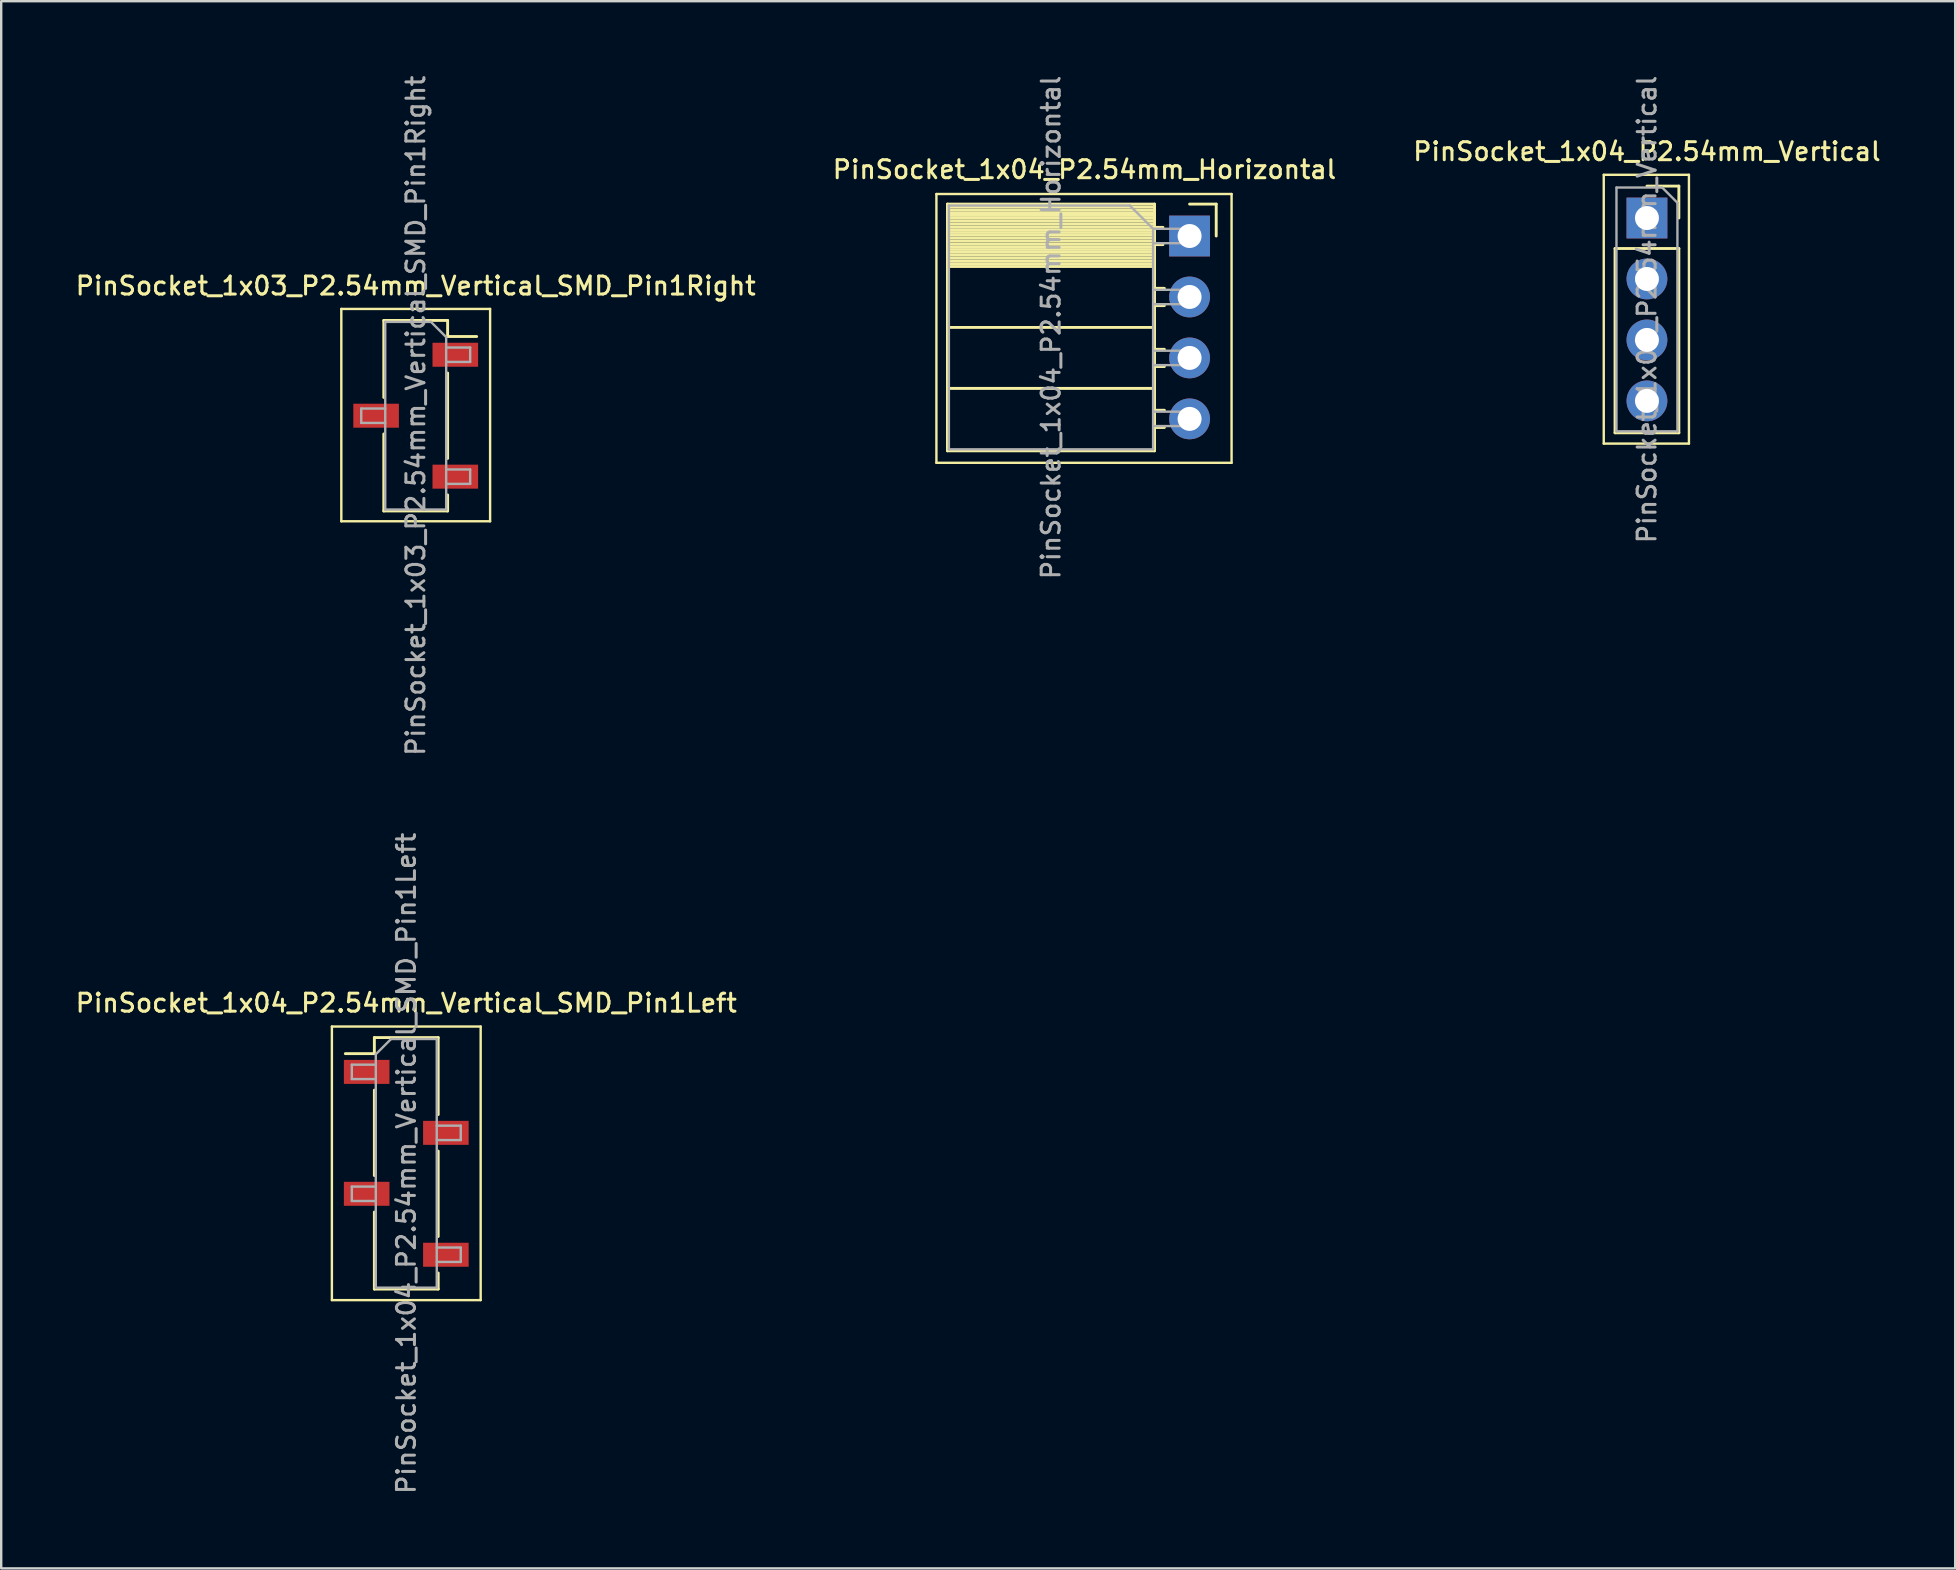
<source format=kicad_pcb>
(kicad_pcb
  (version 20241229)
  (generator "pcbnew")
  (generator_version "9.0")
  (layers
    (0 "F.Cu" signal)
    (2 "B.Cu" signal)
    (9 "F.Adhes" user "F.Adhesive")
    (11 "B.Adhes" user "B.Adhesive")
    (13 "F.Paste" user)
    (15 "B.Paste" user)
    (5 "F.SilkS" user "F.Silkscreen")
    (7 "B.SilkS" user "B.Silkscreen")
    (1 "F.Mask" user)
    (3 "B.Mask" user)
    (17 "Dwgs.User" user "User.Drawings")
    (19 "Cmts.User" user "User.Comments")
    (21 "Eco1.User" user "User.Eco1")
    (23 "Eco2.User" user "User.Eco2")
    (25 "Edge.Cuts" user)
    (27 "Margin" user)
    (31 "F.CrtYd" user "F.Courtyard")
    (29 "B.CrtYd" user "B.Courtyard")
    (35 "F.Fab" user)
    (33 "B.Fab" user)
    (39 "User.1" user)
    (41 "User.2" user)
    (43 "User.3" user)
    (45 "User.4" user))
  (footprint "PinSocket_1x04_P2.54mm_Horizontal"
    (layer "F.Cu")
    (at 46.521 6.785)
    (property "Reference" "PinSocket_1x04_P2.54mm_Horizontal" (at -4.38 -2.77 0) (layer "F.SilkS") (effects (font (size 0.75 0.75) (thickness 0.125))))
    (attr through_hole)
    (fp_line (start -10.55 -1.75) (end -10.55 9.45) (stroke (width 0.1) (type solid)) (layer "F.SilkS"))
    (fp_line (start -10.55 9.45) (end 1.75 9.45) (stroke (width 0.1) (type solid)) (layer "F.SilkS"))
    (fp_line (start -10.09 -1.33) (end -10.09 8.95) (stroke (width 0.12) (type solid)) (layer "F.SilkS"))
    (fp_line (start -10.09 -1.33) (end -1.46 -1.33) (stroke (width 0.12) (type solid)) (layer "F.SilkS"))
    (fp_line (start -10.09 -1.21) (end -1.46 -1.21) (stroke (width 0.12) (type solid)) (layer "F.SilkS"))
    (fp_line (start -10.09 -1.092) (end -1.46 -1.092) (stroke (width 0.12) (type solid)) (layer "F.SilkS"))
    (fp_line (start -10.09 -0.974) (end -1.46 -0.974) (stroke (width 0.12) (type solid)) (layer "F.SilkS"))
    (fp_line (start -10.09 -0.856) (end -1.46 -0.856) (stroke (width 0.12) (type solid)) (layer "F.SilkS"))
    (fp_line (start -10.09 -0.738) (end -1.46 -0.738) (stroke (width 0.12) (type solid)) (layer "F.SilkS"))
    (fp_line (start -10.09 -0.62) (end -1.46 -0.62) (stroke (width 0.12) (type solid)) (layer "F.SilkS"))
    (fp_line (start -10.09 -0.501) (end -1.46 -0.501) (stroke (width 0.12) (type solid)) (layer "F.SilkS"))
    (fp_line (start -10.09 -0.383) (end -1.46 -0.383) (stroke (width 0.12) (type solid)) (layer "F.SilkS"))
    (fp_line (start -10.09 -0.265) (end -1.46 -0.265) (stroke (width 0.12) (type solid)) (layer "F.SilkS"))
    (fp_line (start -10.09 -0.147) (end -1.46 -0.147) (stroke (width 0.12) (type solid)) (layer "F.SilkS"))
    (fp_line (start -10.09 -0.029) (end -1.46 -0.029) (stroke (width 0.12) (type solid)) (layer "F.SilkS"))
    (fp_line (start -10.09 0.089) (end -1.46 0.089) (stroke (width 0.12) (type solid)) (layer "F.SilkS"))
    (fp_line (start -10.09 0.207) (end -1.46 0.207) (stroke (width 0.12) (type solid)) (layer "F.SilkS"))
    (fp_line (start -10.09 0.325) (end -1.46 0.325) (stroke (width 0.12) (type solid)) (layer "F.SilkS"))
    (fp_line (start -10.09 0.443) (end -1.46 0.443) (stroke (width 0.12) (type solid)) (layer "F.SilkS"))
    (fp_line (start -10.09 0.561) (end -1.46 0.561) (stroke (width 0.12) (type solid)) (layer "F.SilkS"))
    (fp_line (start -10.09 0.68) (end -1.46 0.68) (stroke (width 0.12) (type solid)) (layer "F.SilkS"))
    (fp_line (start -10.09 0.798) (end -1.46 0.798) (stroke (width 0.12) (type solid)) (layer "F.SilkS"))
    (fp_line (start -10.09 0.916) (end -1.46 0.916) (stroke (width 0.12) (type solid)) (layer "F.SilkS"))
    (fp_line (start -10.09 1.034) (end -1.46 1.034) (stroke (width 0.12) (type solid)) (layer "F.SilkS"))
    (fp_line (start -10.09 1.152) (end -1.46 1.152) (stroke (width 0.12) (type solid)) (layer "F.SilkS"))
    (fp_line (start -10.09 1.27) (end -1.46 1.27) (stroke (width 0.12) (type solid)) (layer "F.SilkS"))
    (fp_line (start -10.09 3.81) (end -1.46 3.81) (stroke (width 0.12) (type solid)) (layer "F.SilkS"))
    (fp_line (start -10.09 6.35) (end -1.46 6.35) (stroke (width 0.12) (type solid)) (layer "F.SilkS"))
    (fp_line (start -10.09 8.95) (end -1.46 8.95) (stroke (width 0.12) (type solid)) (layer "F.SilkS"))
    (fp_line (start -1.46 -1.33) (end -1.46 8.95) (stroke (width 0.12) (type solid)) (layer "F.SilkS"))
    (fp_line (start -1.46 -0.36) (end -1.11 -0.36) (stroke (width 0.12) (type solid)) (layer "F.SilkS"))
    (fp_line (start -1.46 0.36) (end -1.11 0.36) (stroke (width 0.12) (type solid)) (layer "F.SilkS"))
    (fp_line (start -1.46 2.18) (end -1.05 2.18) (stroke (width 0.12) (type solid)) (layer "F.SilkS"))
    (fp_line (start -1.46 2.9) (end -1.05 2.9) (stroke (width 0.12) (type solid)) (layer "F.SilkS"))
    (fp_line (start -1.46 4.72) (end -1.05 4.72) (stroke (width 0.12) (type solid)) (layer "F.SilkS"))
    (fp_line (start -1.46 5.44) (end -1.05 5.44) (stroke (width 0.12) (type solid)) (layer "F.SilkS"))
    (fp_line (start -1.46 7.26) (end -1.05 7.26) (stroke (width 0.12) (type solid)) (layer "F.SilkS"))
    (fp_line (start -1.46 7.98) (end -1.05 7.98) (stroke (width 0.12) (type solid)) (layer "F.SilkS"))
    (fp_line (start 0 -1.33) (end 1.11 -1.33) (stroke (width 0.12) (type solid)) (layer "F.SilkS"))
    (fp_line (start 1.11 -1.33) (end 1.11 0) (stroke (width 0.12) (type solid)) (layer "F.SilkS"))
    (fp_line (start 1.75 -1.75) (end -10.55 -1.75) (stroke (width 0.1) (type solid)) (layer "F.SilkS"))
    (fp_line (start 1.75 9.45) (end 1.75 -1.75) (stroke (width 0.1) (type solid)) (layer "F.SilkS"))
    (fp_line (start -10.03 -1.27) (end -2.49 -1.27) (stroke (width 0.1) (type solid)) (layer "F.Fab"))
    (fp_line (start -10.03 8.89) (end -10.03 -1.27) (stroke (width 0.1) (type solid)) (layer "F.Fab"))
    (fp_line (start -2.49 -1.27) (end -1.52 -0.3) (stroke (width 0.1) (type solid)) (layer "F.Fab"))
    (fp_line (start -1.52 -0.3) (end -1.52 8.89) (stroke (width 0.1) (type solid)) (layer "F.Fab"))
    (fp_line (start -1.52 0.3) (end 0 0.3) (stroke (width 0.1) (type solid)) (layer "F.Fab"))
    (fp_line (start -1.52 2.84) (end 0 2.84) (stroke (width 0.1) (type solid)) (layer "F.Fab"))
    (fp_line (start -1.52 5.38) (end 0 5.38) (stroke (width 0.1) (type solid)) (layer "F.Fab"))
    (fp_line (start -1.52 7.92) (end 0 7.92) (stroke (width 0.1) (type solid)) (layer "F.Fab"))
    (fp_line (start -1.52 8.89) (end -10.03 8.89) (stroke (width 0.1) (type solid)) (layer "F.Fab"))
    (fp_line (start 0 -0.3) (end -1.52 -0.3) (stroke (width 0.1) (type solid)) (layer "F.Fab"))
    (fp_line (start 0 0.3) (end 0 -0.3) (stroke (width 0.1) (type solid)) (layer "F.Fab"))
    (fp_line (start 0 2.24) (end -1.52 2.24) (stroke (width 0.1) (type solid)) (layer "F.Fab"))
    (fp_line (start 0 2.84) (end 0 2.24) (stroke (width 0.1) (type solid)) (layer "F.Fab"))
    (fp_line (start 0 4.78) (end -1.52 4.78) (stroke (width 0.1) (type solid)) (layer "F.Fab"))
    (fp_line (start 0 5.38) (end 0 4.78) (stroke (width 0.1) (type solid)) (layer "F.Fab"))
    (fp_line (start 0 7.32) (end -1.52 7.32) (stroke (width 0.1) (type solid)) (layer "F.Fab"))
    (fp_line (start 0 7.92) (end 0 7.32) (stroke (width 0.1) (type solid)) (layer "F.Fab"))
    (fp_text user "${REFERENCE}" (at -5.775 3.81 90) (layer "F.Fab") (effects (font (size 0.75 0.75) (thickness 0.125))))
    (pad "1" thru_hole rect (at 0 0) (size 1.7 1.7) (drill 1) (layers "*.Cu" "*.Mask"))
    (pad "2" thru_hole oval (at 0 2.54) (size 1.7 1.7) (drill 1) (layers "*.Cu" "*.Mask"))
    (pad "3" thru_hole oval (at 0 5.08) (size 1.7 1.7) (drill 1) (layers "*.Cu" "*.Mask"))
    (pad "4" thru_hole oval (at 0 7.62) (size 1.7 1.7) (drill 1) (layers "*.Cu" "*.Mask")))
  (footprint "PinSocket_1x04_P2.54mm_Vertical"
    (layer "F.Cu")
    (at 65.58 6.035)
    (property "Reference" "PinSocket_1x04_P2.54mm_Vertical" (at 0 -2.77 0) (layer "F.SilkS") (effects (font (size 0.75 0.75) (thickness 0.125))))
    (attr through_hole)
    (fp_line (start -1.8 -1.8) (end 1.75 -1.8) (stroke (width 0.1) (type solid)) (layer "F.SilkS"))
    (fp_line (start -1.8 9.4) (end -1.8 -1.8) (stroke (width 0.1) (type solid)) (layer "F.SilkS"))
    (fp_line (start -1.33 1.27) (end -1.33 8.95) (stroke (width 0.12) (type solid)) (layer "F.SilkS"))
    (fp_line (start -1.33 1.27) (end 1.33 1.27) (stroke (width 0.12) (type solid)) (layer "F.SilkS"))
    (fp_line (start -1.33 8.95) (end 1.33 8.95) (stroke (width 0.12) (type solid)) (layer "F.SilkS"))
    (fp_line (start 0 -1.33) (end 1.33 -1.33) (stroke (width 0.12) (type solid)) (layer "F.SilkS"))
    (fp_line (start 1.33 -1.33) (end 1.33 0) (stroke (width 0.12) (type solid)) (layer "F.SilkS"))
    (fp_line (start 1.33 1.27) (end 1.33 8.95) (stroke (width 0.12) (type solid)) (layer "F.SilkS"))
    (fp_line (start 1.75 -1.8) (end 1.75 9.4) (stroke (width 0.1) (type solid)) (layer "F.SilkS"))
    (fp_line (start 1.75 9.4) (end -1.8 9.4) (stroke (width 0.1) (type solid)) (layer "F.SilkS"))
    (fp_line (start -1.27 -1.27) (end 0.635 -1.27) (stroke (width 0.1) (type solid)) (layer "F.Fab"))
    (fp_line (start -1.27 8.89) (end -1.27 -1.27) (stroke (width 0.1) (type solid)) (layer "F.Fab"))
    (fp_line (start 0.635 -1.27) (end 1.27 -0.635) (stroke (width 0.1) (type solid)) (layer "F.Fab"))
    (fp_line (start 1.27 -0.635) (end 1.27 8.89) (stroke (width 0.1) (type solid)) (layer "F.Fab"))
    (fp_line (start 1.27 8.89) (end -1.27 8.89) (stroke (width 0.1) (type solid)) (layer "F.Fab"))
    (fp_text user "${REFERENCE}" (at 0 3.81 90) (layer "F.Fab") (effects (font (size 0.75 0.75) (thickness 0.125))))
    (pad "1" thru_hole rect (at 0 0) (size 1.7 1.7) (drill 1) (layers "*.Cu" "*.Mask"))
    (pad "2" thru_hole oval (at 0 2.54) (size 1.7 1.7) (drill 1) (layers "*.Cu" "*.Mask"))
    (pad "3" thru_hole oval (at 0 5.08) (size 1.7 1.7) (drill 1) (layers "*.Cu" "*.Mask"))
    (pad "4" thru_hole oval (at 0 7.62) (size 1.7 1.7) (drill 1) (layers "*.Cu" "*.Mask")))
  (footprint "PinSocket_1x03_P2.54mm_Vertical_SMD_Pin1Right"
    (layer "F.Cu")
    (at 14.273 14.273)
    (property "Reference" "PinSocket_1x03_P2.54mm_Vertical_SMD_Pin1Right" (at 0 -5.41 0) (layer "F.SilkS") (effects (font (size 0.75 0.75) (thickness 0.125))))
    (attr smd)
    (fp_line (start -3.1 -4.45) (end 3.1 -4.45) (stroke (width 0.1) (type solid)) (layer "F.SilkS"))
    (fp_line (start -3.1 4.4) (end -3.1 -4.45) (stroke (width 0.1) (type solid)) (layer "F.SilkS"))
    (fp_line (start -1.33 -3.97) (end -1.33 -0.76) (stroke (width 0.12) (type solid)) (layer "F.SilkS"))
    (fp_line (start -1.33 -3.97) (end 1.33 -3.97) (stroke (width 0.12) (type solid)) (layer "F.SilkS"))
    (fp_line (start -1.33 0.76) (end -1.33 3.97) (stroke (width 0.12) (type solid)) (layer "F.SilkS"))
    (fp_line (start -1.33 3.97) (end 1.33 3.97) (stroke (width 0.12) (type solid)) (layer "F.SilkS"))
    (fp_line (start 1.33 -3.97) (end 1.33 -3.3) (stroke (width 0.12) (type solid)) (layer "F.SilkS"))
    (fp_line (start 1.33 -3.3) (end 2.54 -3.3) (stroke (width 0.12) (type solid)) (layer "F.SilkS"))
    (fp_line (start 1.33 -1.78) (end 1.33 1.78) (stroke (width 0.12) (type solid)) (layer "F.SilkS"))
    (fp_line (start 1.33 3.3) (end 1.33 3.97) (stroke (width 0.12) (type solid)) (layer "F.SilkS"))
    (fp_line (start 3.1 -4.45) (end 3.1 4.4) (stroke (width 0.1) (type solid)) (layer "F.SilkS"))
    (fp_line (start 3.1 4.4) (end -3.1 4.4) (stroke (width 0.1) (type solid)) (layer "F.SilkS"))
    (fp_line (start -2.27 -0.3) (end -1.27 -0.3) (stroke (width 0.1) (type solid)) (layer "F.Fab"))
    (fp_line (start -2.27 0.3) (end -2.27 -0.3) (stroke (width 0.1) (type solid)) (layer "F.Fab"))
    (fp_line (start -1.27 -3.91) (end 0.635 -3.91) (stroke (width 0.1) (type solid)) (layer "F.Fab"))
    (fp_line (start -1.27 0.3) (end -2.27 0.3) (stroke (width 0.1) (type solid)) (layer "F.Fab"))
    (fp_line (start -1.27 3.91) (end -1.27 -3.91) (stroke (width 0.1) (type solid)) (layer "F.Fab"))
    (fp_line (start 0.635 -3.91) (end 1.27 -3.275) (stroke (width 0.1) (type solid)) (layer "F.Fab"))
    (fp_line (start 1.27 -3.275) (end 1.27 3.91) (stroke (width 0.1) (type solid)) (layer "F.Fab"))
    (fp_line (start 1.27 -2.84) (end 2.27 -2.84) (stroke (width 0.1) (type solid)) (layer "F.Fab"))
    (fp_line (start 1.27 2.24) (end 2.27 2.24) (stroke (width 0.1) (type solid)) (layer "F.Fab"))
    (fp_line (start 1.27 3.91) (end -1.27 3.91) (stroke (width 0.1) (type solid)) (layer "F.Fab"))
    (fp_line (start 2.27 -2.84) (end 2.27 -2.24) (stroke (width 0.1) (type solid)) (layer "F.Fab"))
    (fp_line (start 2.27 -2.24) (end 1.27 -2.24) (stroke (width 0.1) (type solid)) (layer "F.Fab"))
    (fp_line (start 2.27 2.24) (end 2.27 2.84) (stroke (width 0.1) (type solid)) (layer "F.Fab"))
    (fp_line (start 2.27 2.84) (end 1.27 2.84) (stroke (width 0.1) (type solid)) (layer "F.Fab"))
    (fp_text user "${REFERENCE}" (at 0 0 90) (layer "F.Fab") (effects (font (size 0.75 0.75) (thickness 0.125))))
    (pad "1" smd rect (at 1.65 -2.54) (size 1.9 1) (layers "F.Cu" "F.Mask" "F.Paste"))
    (pad "2" smd rect (at -1.65 0) (size 1.9 1) (layers "F.Cu" "F.Mask" "F.Paste"))
    (pad "3" smd rect (at 1.65 2.54) (size 1.9 1) (layers "F.Cu" "F.Mask" "F.Paste")))
  (footprint "PinSocket_1x04_P2.54mm_Vertical_SMD_Pin1Left"
    (layer "F.Cu")
    (at 13.88 45.427)
    (property "Reference" "PinSocket_1x04_P2.54mm_Vertical_SMD_Pin1Left" (at 0 -6.68 0) (layer "F.SilkS") (effects (font (size 0.75 0.75) (thickness 0.125))))
    (attr smd)
    (fp_line (start -3.1 -5.7) (end 3.1 -5.7) (stroke (width 0.1) (type solid)) (layer "F.SilkS"))
    (fp_line (start -3.1 5.7) (end -3.1 -5.7) (stroke (width 0.1) (type solid)) (layer "F.SilkS"))
    (fp_line (start -2.54 -4.57) (end -1.33 -4.57) (stroke (width 0.12) (type solid)) (layer "F.SilkS"))
    (fp_line (start -1.33 -5.24) (end -1.33 -4.57) (stroke (width 0.12) (type solid)) (layer "F.SilkS"))
    (fp_line (start -1.33 -5.24) (end 1.33 -5.24) (stroke (width 0.12) (type solid)) (layer "F.SilkS"))
    (fp_line (start -1.33 -3.05) (end -1.33 0.51) (stroke (width 0.12) (type solid)) (layer "F.SilkS"))
    (fp_line (start -1.33 2.03) (end -1.33 5.24) (stroke (width 0.12) (type solid)) (layer "F.SilkS"))
    (fp_line (start -1.33 5.24) (end 1.33 5.24) (stroke (width 0.12) (type solid)) (layer "F.SilkS"))
    (fp_line (start 1.33 -5.24) (end 1.33 -2.03) (stroke (width 0.12) (type solid)) (layer "F.SilkS"))
    (fp_line (start 1.33 -0.51) (end 1.33 3.05) (stroke (width 0.12) (type solid)) (layer "F.SilkS"))
    (fp_line (start 1.33 4.57) (end 1.33 5.24) (stroke (width 0.12) (type solid)) (layer "F.SilkS"))
    (fp_line (start 3.1 -5.7) (end 3.1 5.7) (stroke (width 0.1) (type solid)) (layer "F.SilkS"))
    (fp_line (start 3.1 5.7) (end -3.1 5.7) (stroke (width 0.1) (type solid)) (layer "F.SilkS"))
    (fp_line (start -2.27 -4.11) (end -1.27 -4.11) (stroke (width 0.1) (type solid)) (layer "F.Fab"))
    (fp_line (start -2.27 -3.51) (end -2.27 -4.11) (stroke (width 0.1) (type solid)) (layer "F.Fab"))
    (fp_line (start -2.27 0.97) (end -1.27 0.97) (stroke (width 0.1) (type solid)) (layer "F.Fab"))
    (fp_line (start -2.27 1.57) (end -2.27 0.97) (stroke (width 0.1) (type solid)) (layer "F.Fab"))
    (fp_line (start -1.27 -4.545) (end -0.635 -5.18) (stroke (width 0.1) (type solid)) (layer "F.Fab"))
    (fp_line (start -1.27 -3.51) (end -2.27 -3.51) (stroke (width 0.1) (type solid)) (layer "F.Fab"))
    (fp_line (start -1.27 1.57) (end -2.27 1.57) (stroke (width 0.1) (type solid)) (layer "F.Fab"))
    (fp_line (start -1.27 5.18) (end -1.27 -4.545) (stroke (width 0.1) (type solid)) (layer "F.Fab"))
    (fp_line (start -0.635 -5.18) (end 1.27 -5.18) (stroke (width 0.1) (type solid)) (layer "F.Fab"))
    (fp_line (start 1.27 -5.18) (end 1.27 5.18) (stroke (width 0.1) (type solid)) (layer "F.Fab"))
    (fp_line (start 1.27 -1.57) (end 2.27 -1.57) (stroke (width 0.1) (type solid)) (layer "F.Fab"))
    (fp_line (start 1.27 3.51) (end 2.27 3.51) (stroke (width 0.1) (type solid)) (layer "F.Fab"))
    (fp_line (start 1.27 5.18) (end -1.27 5.18) (stroke (width 0.1) (type solid)) (layer "F.Fab"))
    (fp_line (start 2.27 -1.57) (end 2.27 -0.97) (stroke (width 0.1) (type solid)) (layer "F.Fab"))
    (fp_line (start 2.27 -0.97) (end 1.27 -0.97) (stroke (width 0.1) (type solid)) (layer "F.Fab"))
    (fp_line (start 2.27 3.51) (end 2.27 4.11) (stroke (width 0.1) (type solid)) (layer "F.Fab"))
    (fp_line (start 2.27 4.11) (end 1.27 4.11) (stroke (width 0.1) (type solid)) (layer "F.Fab"))
    (fp_text user "${REFERENCE}" (at 0 0 90) (layer "F.Fab") (effects (font (size 0.75 0.75) (thickness 0.125))))
    (pad "1" smd rect (at -1.65 -3.81) (size 1.9 1) (layers "F.Cu" "F.Mask" "F.Paste"))
    (pad "2" smd rect (at 1.65 -1.27) (size 1.9 1) (layers "F.Cu" "F.Mask" "F.Paste"))
    (pad "3" smd rect (at -1.65 1.27) (size 1.9 1) (layers "F.Cu" "F.Mask" "F.Paste"))
    (pad "4" smd rect (at 1.65 3.81) (size 1.9 1) (layers "F.Cu" "F.Mask" "F.Paste")))
  (gr_rect
    (start -3 -3)
    (end 78.425 62.307)
    (stroke (width 0.1) (type default))
    (fill no)
    (layer "Edge.Cuts")))
</source>
